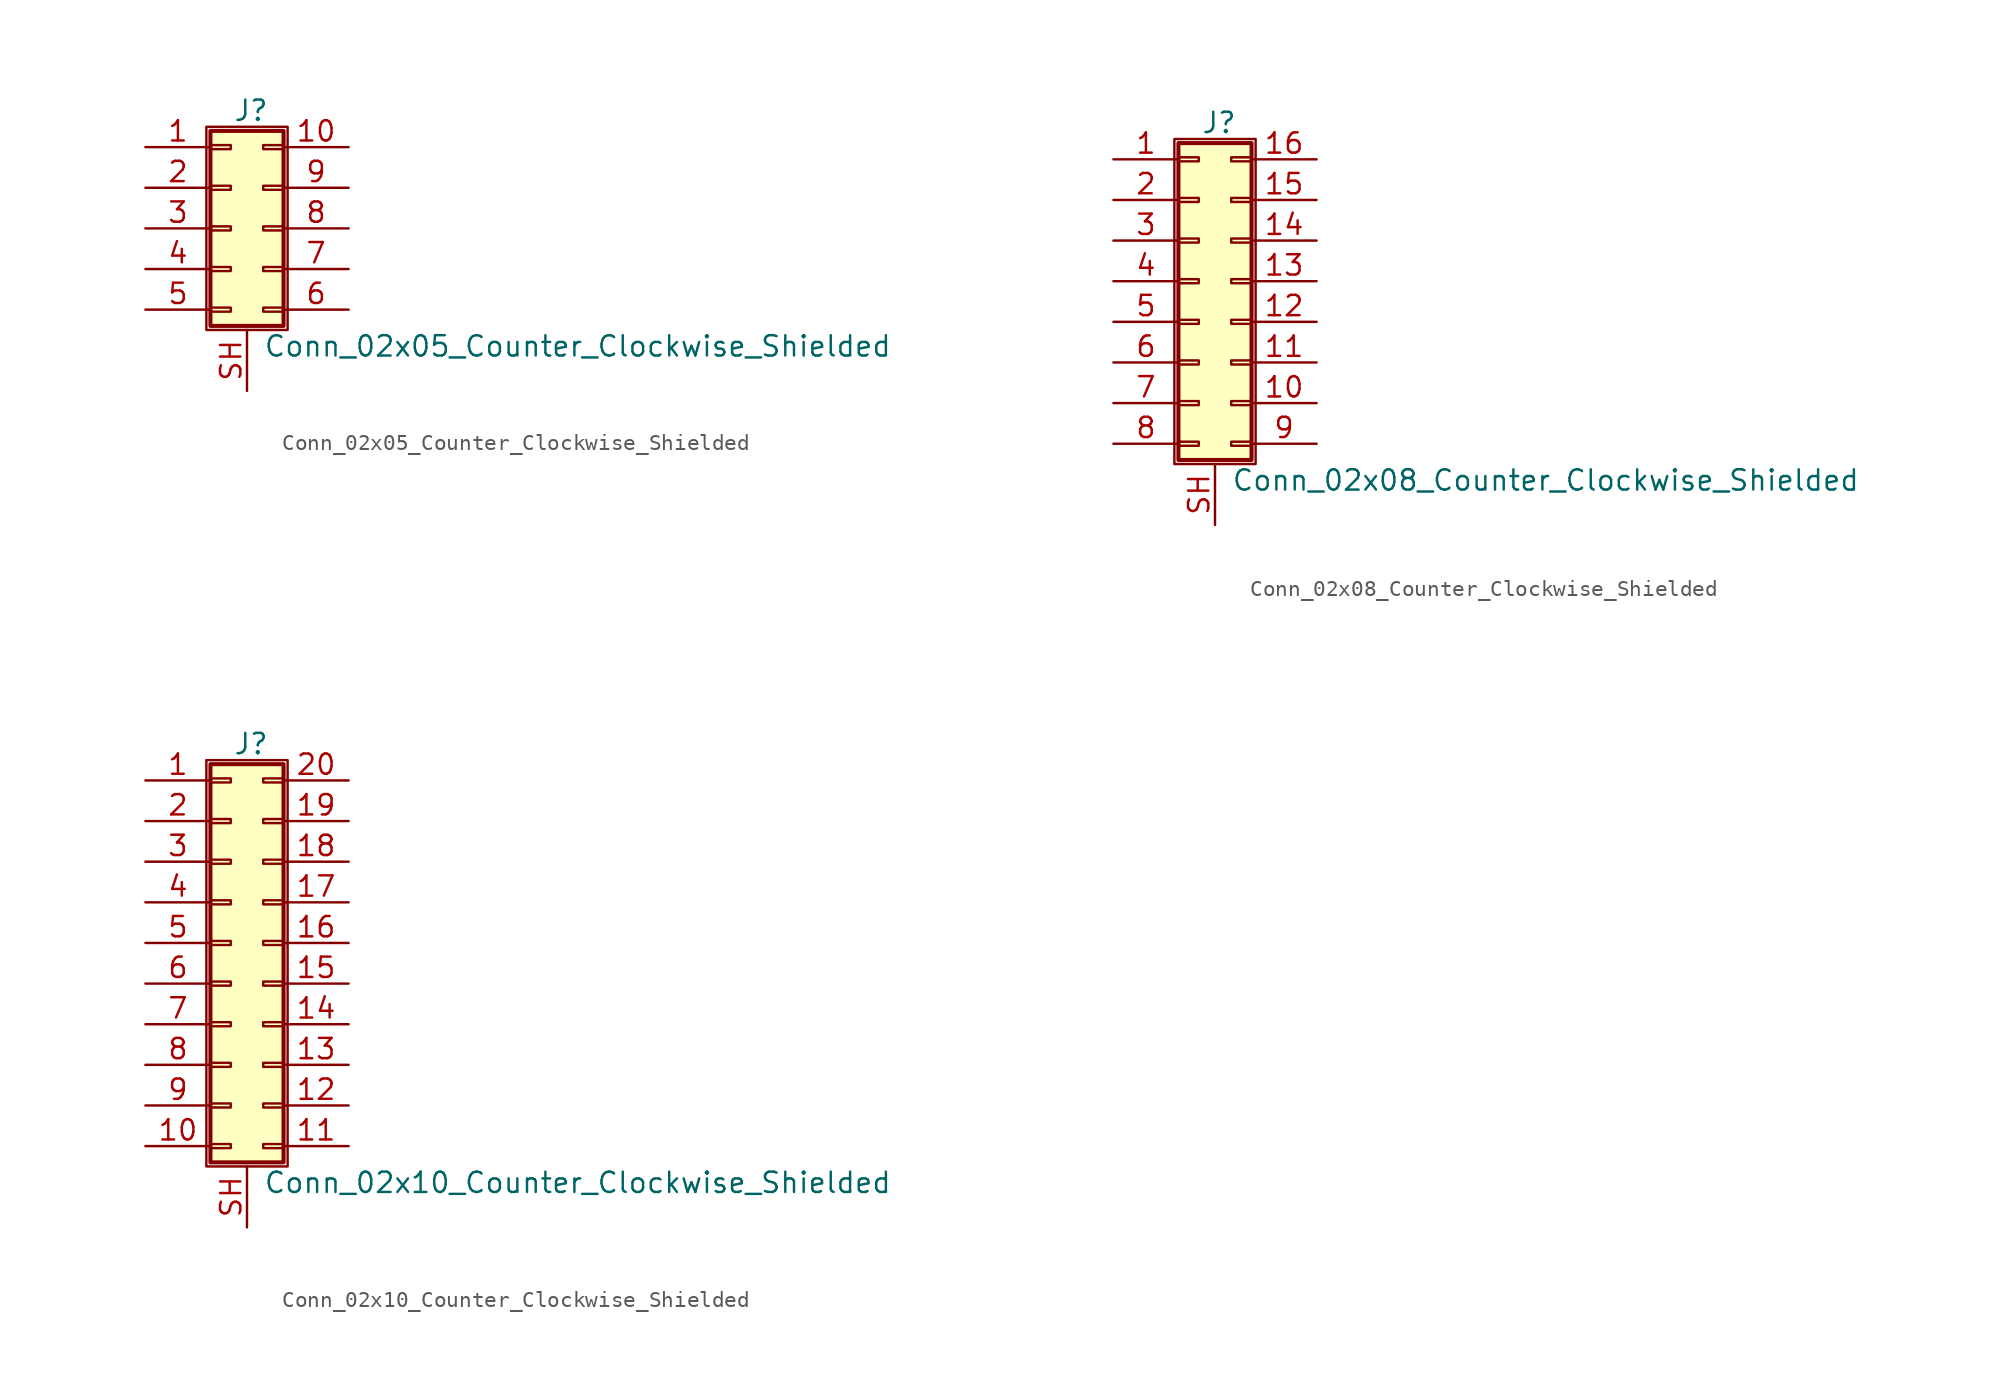
<source format=kicad_sym>
(kicad_symbol_lib
  (version 20211014)
  (generator kicad_symbol_editor)
  (symbol "Conn_02x05_Counter_Clockwise_Shielded"
    (pin_names
      (offset 1.016) hide)
    (property "Reference" "J"
      (at 1.524 7.366 0)
      (effects (font (size 1.27 1.27))))
    (property "Value" "Conn_02x05_Counter_Clockwise_Shielded"
      (at 2.286 -7.366 0)
      (effects (font (size 1.27 1.27)) (justify left)))
    (symbol "Conn_02x05_Counter_Clockwise_Shielded_1_1"
      (rectangle (start -1.27 6.35) (end 3.81 -6.35) (stroke (width 0.152) (type default) (color 0 0 0 0)) (fill (type none)))
      (rectangle (start -1.016 -4.953) (end 0.254 -5.207) (stroke (width 0.152) (type default) (color 0 0 0 0)) (fill (type none)))
      (rectangle (start -1.016 -2.413) (end 0.254 -2.667) (stroke (width 0.152) (type default) (color 0 0 0 0)) (fill (type none)))
      (rectangle (start -1.016 0.127) (end 0.254 -0.127) (stroke (width 0.152) (type default) (color 0 0 0 0)) (fill (type none)))
      (rectangle (start -1.016 2.667) (end 0.254 2.413) (stroke (width 0.152) (type default) (color 0 0 0 0)) (fill (type none)))
      (rectangle (start -1.016 5.207) (end 0.254 4.953) (stroke (width 0.152) (type default) (color 0 0 0 0)) (fill (type none)))
      (rectangle (start -1.016 6.096) (end 3.556 -6.096) (stroke (width 0.254) (type default) (color 0 0 0 0)) (fill (type background)))
      (rectangle (start 3.556 -4.953) (end 2.286 -5.207) (stroke (width 0.152) (type default) (color 0 0 0 0)) (fill (type none)))
      (rectangle (start 3.556 -2.413) (end 2.286 -2.667) (stroke (width 0.152) (type default) (color 0 0 0 0)) (fill (type none)))
      (rectangle (start 3.556 0.127) (end 2.286 -0.127) (stroke (width 0.152) (type default) (color 0 0 0 0)) (fill (type none)))
      (rectangle (start 3.556 2.667) (end 2.286 2.413) (stroke (width 0.152) (type default) (color 0 0 0 0)) (fill (type none)))
      (rectangle (start 3.556 5.207) (end 2.286 4.953) (stroke (width 0.152) (type default) (color 0 0 0 0)) (fill (type none)))
      (pin passive line (at -5.08 5.08 0) (length 4.064) (name "Pin_1" (effects (font (size 1.27 1.27)))) (number "1" (effects (font (size 1.27 1.27)))))
      (pin passive line (at 7.62 5.08 180) (length 4.064) (name "Pin_10" (effects (font (size 1.27 1.27)))) (number "10" (effects (font (size 1.27 1.27)))))
      (pin passive line (at -5.08 2.54 0) (length 4.064) (name "Pin_2" (effects (font (size 1.27 1.27)))) (number "2" (effects (font (size 1.27 1.27)))))
      (pin passive line (at -5.08 0 0) (length 4.064) (name "Pin_3" (effects (font (size 1.27 1.27)))) (number "3" (effects (font (size 1.27 1.27)))))
      (pin passive line (at -5.08 -2.54 0) (length 4.064) (name "Pin_4" (effects (font (size 1.27 1.27)))) (number "4" (effects (font (size 1.27 1.27)))))
      (pin passive line (at -5.08 -5.08 0) (length 4.064) (name "Pin_5" (effects (font (size 1.27 1.27)))) (number "5" (effects (font (size 1.27 1.27)))))
      (pin passive line (at 7.62 -5.08 180) (length 4.064) (name "Pin_6" (effects (font (size 1.27 1.27)))) (number "6" (effects (font (size 1.27 1.27)))))
      (pin passive line (at 7.62 -2.54 180) (length 4.064) (name "Pin_7" (effects (font (size 1.27 1.27)))) (number "7" (effects (font (size 1.27 1.27)))))
      (pin passive line (at 7.62 0 180) (length 4.064) (name "Pin_8" (effects (font (size 1.27 1.27)))) (number "8" (effects (font (size 1.27 1.27)))))
      (pin passive line (at 7.62 2.54 180) (length 4.064) (name "Pin_9" (effects (font (size 1.27 1.27)))) (number "9" (effects (font (size 1.27 1.27)))))
      (pin passive line (at 1.27 -10.16 90) (length 3.81) (name "Shield" (effects (font (size 1.27 1.27)))) (number "SH" (effects (font (size 1.27 1.27)))))))
  (symbol "Conn_02x08_Counter_Clockwise_Shielded"
    (pin_names
      (offset 1.016) hide)
    (property "Reference" "J"
      (at 1.524 9.906 0)
      (effects (font (size 1.27 1.27))))
    (property "Value" "Conn_02x08_Counter_Clockwise_Shielded"
      (at 2.286 -12.446 0)
      (effects (font (size 1.27 1.27)) (justify left)))
    (symbol "Conn_02x08_Counter_Clockwise_Shielded_1_1"
      (rectangle (start -1.27 8.89) (end 3.81 -11.43) (stroke (width 0.152) (type default) (color 0 0 0 0)) (fill (type none)))
      (rectangle (start -1.016 -10.033) (end 0.254 -10.287) (stroke (width 0.152) (type default) (color 0 0 0 0)) (fill (type none)))
      (rectangle (start -1.016 -7.493) (end 0.254 -7.747) (stroke (width 0.152) (type default) (color 0 0 0 0)) (fill (type none)))
      (rectangle (start -1.016 -4.953) (end 0.254 -5.207) (stroke (width 0.152) (type default) (color 0 0 0 0)) (fill (type none)))
      (rectangle (start -1.016 -2.413) (end 0.254 -2.667) (stroke (width 0.152) (type default) (color 0 0 0 0)) (fill (type none)))
      (rectangle (start -1.016 0.127) (end 0.254 -0.127) (stroke (width 0.152) (type default) (color 0 0 0 0)) (fill (type none)))
      (rectangle (start -1.016 2.667) (end 0.254 2.413) (stroke (width 0.152) (type default) (color 0 0 0 0)) (fill (type none)))
      (rectangle (start -1.016 5.207) (end 0.254 4.953) (stroke (width 0.152) (type default) (color 0 0 0 0)) (fill (type none)))
      (rectangle (start -1.016 7.747) (end 0.254 7.493) (stroke (width 0.152) (type default) (color 0 0 0 0)) (fill (type none)))
      (rectangle (start -1.016 8.636) (end 3.556 -11.176) (stroke (width 0.254) (type default) (color 0 0 0 0)) (fill (type background)))
      (rectangle (start 3.556 -10.033) (end 2.286 -10.287) (stroke (width 0.152) (type default) (color 0 0 0 0)) (fill (type none)))
      (rectangle (start 3.556 -7.493) (end 2.286 -7.747) (stroke (width 0.152) (type default) (color 0 0 0 0)) (fill (type none)))
      (rectangle (start 3.556 -4.953) (end 2.286 -5.207) (stroke (width 0.152) (type default) (color 0 0 0 0)) (fill (type none)))
      (rectangle (start 3.556 -2.413) (end 2.286 -2.667) (stroke (width 0.152) (type default) (color 0 0 0 0)) (fill (type none)))
      (rectangle (start 3.556 0.127) (end 2.286 -0.127) (stroke (width 0.152) (type default) (color 0 0 0 0)) (fill (type none)))
      (rectangle (start 3.556 2.667) (end 2.286 2.413) (stroke (width 0.152) (type default) (color 0 0 0 0)) (fill (type none)))
      (rectangle (start 3.556 5.207) (end 2.286 4.953) (stroke (width 0.152) (type default) (color 0 0 0 0)) (fill (type none)))
      (rectangle (start 3.556 7.747) (end 2.286 7.493) (stroke (width 0.152) (type default) (color 0 0 0 0)) (fill (type none)))
      (pin passive line (at -5.08 7.62 0) (length 4.064) (name "Pin_1" (effects (font (size 1.27 1.27)))) (number "1" (effects (font (size 1.27 1.27)))))
      (pin passive line (at 7.62 -7.62 180) (length 4.064) (name "Pin_10" (effects (font (size 1.27 1.27)))) (number "10" (effects (font (size 1.27 1.27)))))
      (pin passive line (at 7.62 -5.08 180) (length 4.064) (name "Pin_11" (effects (font (size 1.27 1.27)))) (number "11" (effects (font (size 1.27 1.27)))))
      (pin passive line (at 7.62 -2.54 180) (length 4.064) (name "Pin_12" (effects (font (size 1.27 1.27)))) (number "12" (effects (font (size 1.27 1.27)))))
      (pin passive line (at 7.62 0 180) (length 4.064) (name "Pin_13" (effects (font (size 1.27 1.27)))) (number "13" (effects (font (size 1.27 1.27)))))
      (pin passive line (at 7.62 2.54 180) (length 4.064) (name "Pin_14" (effects (font (size 1.27 1.27)))) (number "14" (effects (font (size 1.27 1.27)))))
      (pin passive line (at 7.62 5.08 180) (length 4.064) (name "Pin_15" (effects (font (size 1.27 1.27)))) (number "15" (effects (font (size 1.27 1.27)))))
      (pin passive line (at 7.62 7.62 180) (length 4.064) (name "Pin_16" (effects (font (size 1.27 1.27)))) (number "16" (effects (font (size 1.27 1.27)))))
      (pin passive line (at -5.08 5.08 0) (length 4.064) (name "Pin_2" (effects (font (size 1.27 1.27)))) (number "2" (effects (font (size 1.27 1.27)))))
      (pin passive line (at -5.08 2.54 0) (length 4.064) (name "Pin_3" (effects (font (size 1.27 1.27)))) (number "3" (effects (font (size 1.27 1.27)))))
      (pin passive line (at -5.08 0 0) (length 4.064) (name "Pin_4" (effects (font (size 1.27 1.27)))) (number "4" (effects (font (size 1.27 1.27)))))
      (pin passive line (at -5.08 -2.54 0) (length 4.064) (name "Pin_5" (effects (font (size 1.27 1.27)))) (number "5" (effects (font (size 1.27 1.27)))))
      (pin passive line (at -5.08 -5.08 0) (length 4.064) (name "Pin_6" (effects (font (size 1.27 1.27)))) (number "6" (effects (font (size 1.27 1.27)))))
      (pin passive line (at -5.08 -7.62 0) (length 4.064) (name "Pin_7" (effects (font (size 1.27 1.27)))) (number "7" (effects (font (size 1.27 1.27)))))
      (pin passive line (at -5.08 -10.16 0) (length 4.064) (name "Pin_8" (effects (font (size 1.27 1.27)))) (number "8" (effects (font (size 1.27 1.27)))))
      (pin passive line (at 7.62 -10.16 180) (length 4.064) (name "Pin_9" (effects (font (size 1.27 1.27)))) (number "9" (effects (font (size 1.27 1.27)))))
      (pin passive line (at 1.27 -15.24 90) (length 3.81) (name "Shield" (effects (font (size 1.27 1.27)))) (number "SH" (effects (font (size 1.27 1.27)))))))
  (symbol "Conn_02x10_Counter_Clockwise_Shielded"
    (pin_names
      (offset 1.016) hide)
    (property "Reference" "J"
      (at 1.524 12.446 0)
      (effects (font (size 1.27 1.27))))
    (property "Value" "Conn_02x10_Counter_Clockwise_Shielded"
      (at 2.286 -14.986 0)
      (effects (font (size 1.27 1.27)) (justify left)))
    (symbol "Conn_02x10_Counter_Clockwise_Shielded_1_1"
      (rectangle (start -1.27 11.43) (end 3.81 -13.97) (stroke (width 0.152) (type default) (color 0 0 0 0)) (fill (type none)))
      (rectangle (start -1.016 -12.573) (end 0.254 -12.827) (stroke (width 0.152) (type default) (color 0 0 0 0)) (fill (type none)))
      (rectangle (start -1.016 -10.033) (end 0.254 -10.287) (stroke (width 0.152) (type default) (color 0 0 0 0)) (fill (type none)))
      (rectangle (start -1.016 -7.493) (end 0.254 -7.747) (stroke (width 0.152) (type default) (color 0 0 0 0)) (fill (type none)))
      (rectangle (start -1.016 -4.953) (end 0.254 -5.207) (stroke (width 0.152) (type default) (color 0 0 0 0)) (fill (type none)))
      (rectangle (start -1.016 -2.413) (end 0.254 -2.667) (stroke (width 0.152) (type default) (color 0 0 0 0)) (fill (type none)))
      (rectangle (start -1.016 0.127) (end 0.254 -0.127) (stroke (width 0.152) (type default) (color 0 0 0 0)) (fill (type none)))
      (rectangle (start -1.016 2.667) (end 0.254 2.413) (stroke (width 0.152) (type default) (color 0 0 0 0)) (fill (type none)))
      (rectangle (start -1.016 5.207) (end 0.254 4.953) (stroke (width 0.152) (type default) (color 0 0 0 0)) (fill (type none)))
      (rectangle (start -1.016 7.747) (end 0.254 7.493) (stroke (width 0.152) (type default) (color 0 0 0 0)) (fill (type none)))
      (rectangle (start -1.016 10.287) (end 0.254 10.033) (stroke (width 0.152) (type default) (color 0 0 0 0)) (fill (type none)))
      (rectangle (start -1.016 11.176) (end 3.556 -13.716) (stroke (width 0.254) (type default) (color 0 0 0 0)) (fill (type background)))
      (rectangle (start 3.556 -12.573) (end 2.286 -12.827) (stroke (width 0.152) (type default) (color 0 0 0 0)) (fill (type none)))
      (rectangle (start 3.556 -10.033) (end 2.286 -10.287) (stroke (width 0.152) (type default) (color 0 0 0 0)) (fill (type none)))
      (rectangle (start 3.556 -7.493) (end 2.286 -7.747) (stroke (width 0.152) (type default) (color 0 0 0 0)) (fill (type none)))
      (rectangle (start 3.556 -4.953) (end 2.286 -5.207) (stroke (width 0.152) (type default) (color 0 0 0 0)) (fill (type none)))
      (rectangle (start 3.556 -2.413) (end 2.286 -2.667) (stroke (width 0.152) (type default) (color 0 0 0 0)) (fill (type none)))
      (rectangle (start 3.556 0.127) (end 2.286 -0.127) (stroke (width 0.152) (type default) (color 0 0 0 0)) (fill (type none)))
      (rectangle (start 3.556 2.667) (end 2.286 2.413) (stroke (width 0.152) (type default) (color 0 0 0 0)) (fill (type none)))
      (rectangle (start 3.556 5.207) (end 2.286 4.953) (stroke (width 0.152) (type default) (color 0 0 0 0)) (fill (type none)))
      (rectangle (start 3.556 7.747) (end 2.286 7.493) (stroke (width 0.152) (type default) (color 0 0 0 0)) (fill (type none)))
      (rectangle (start 3.556 10.287) (end 2.286 10.033) (stroke (width 0.152) (type default) (color 0 0 0 0)) (fill (type none)))
      (pin passive line (at -5.08 10.16 0) (length 4.064) (name "Pin_1" (effects (font (size 1.27 1.27)))) (number "1" (effects (font (size 1.27 1.27)))))
      (pin passive line (at -5.08 -12.7 0) (length 4.064) (name "Pin_10" (effects (font (size 1.27 1.27)))) (number "10" (effects (font (size 1.27 1.27)))))
      (pin passive line (at 7.62 -12.7 180) (length 4.064) (name "Pin_11" (effects (font (size 1.27 1.27)))) (number "11" (effects (font (size 1.27 1.27)))))
      (pin passive line (at 7.62 -10.16 180) (length 4.064) (name "Pin_12" (effects (font (size 1.27 1.27)))) (number "12" (effects (font (size 1.27 1.27)))))
      (pin passive line (at 7.62 -7.62 180) (length 4.064) (name "Pin_13" (effects (font (size 1.27 1.27)))) (number "13" (effects (font (size 1.27 1.27)))))
      (pin passive line (at 7.62 -5.08 180) (length 4.064) (name "Pin_14" (effects (font (size 1.27 1.27)))) (number "14" (effects (font (size 1.27 1.27)))))
      (pin passive line (at 7.62 -2.54 180) (length 4.064) (name "Pin_15" (effects (font (size 1.27 1.27)))) (number "15" (effects (font (size 1.27 1.27)))))
      (pin passive line (at 7.62 0 180) (length 4.064) (name "Pin_16" (effects (font (size 1.27 1.27)))) (number "16" (effects (font (size 1.27 1.27)))))
      (pin passive line (at 7.62 2.54 180) (length 4.064) (name "Pin_17" (effects (font (size 1.27 1.27)))) (number "17" (effects (font (size 1.27 1.27)))))
      (pin passive line (at 7.62 5.08 180) (length 4.064) (name "Pin_18" (effects (font (size 1.27 1.27)))) (number "18" (effects (font (size 1.27 1.27)))))
      (pin passive line (at 7.62 7.62 180) (length 4.064) (name "Pin_19" (effects (font (size 1.27 1.27)))) (number "19" (effects (font (size 1.27 1.27)))))
      (pin passive line (at -5.08 7.62 0) (length 4.064) (name "Pin_2" (effects (font (size 1.27 1.27)))) (number "2" (effects (font (size 1.27 1.27)))))
      (pin passive line (at 7.62 10.16 180) (length 4.064) (name "Pin_20" (effects (font (size 1.27 1.27)))) (number "20" (effects (font (size 1.27 1.27)))))
      (pin passive line (at -5.08 5.08 0) (length 4.064) (name "Pin_3" (effects (font (size 1.27 1.27)))) (number "3" (effects (font (size 1.27 1.27)))))
      (pin passive line (at -5.08 2.54 0) (length 4.064) (name "Pin_4" (effects (font (size 1.27 1.27)))) (number "4" (effects (font (size 1.27 1.27)))))
      (pin passive line (at -5.08 0 0) (length 4.064) (name "Pin_5" (effects (font (size 1.27 1.27)))) (number "5" (effects (font (size 1.27 1.27)))))
      (pin passive line (at -5.08 -2.54 0) (length 4.064) (name "Pin_6" (effects (font (size 1.27 1.27)))) (number "6" (effects (font (size 1.27 1.27)))))
      (pin passive line (at -5.08 -5.08 0) (length 4.064) (name "Pin_7" (effects (font (size 1.27 1.27)))) (number "7" (effects (font (size 1.27 1.27)))))
      (pin passive line (at -5.08 -7.62 0) (length 4.064) (name "Pin_8" (effects (font (size 1.27 1.27)))) (number "8" (effects (font (size 1.27 1.27)))))
      (pin passive line (at -5.08 -10.16 0) (length 4.064) (name "Pin_9" (effects (font (size 1.27 1.27)))) (number "9" (effects (font (size 1.27 1.27)))))
      (pin passive line (at 1.27 -17.78 90) (length 3.81) (name "Shield" (effects (font (size 1.27 1.27)))) (number "SH" (effects (font (size 1.27 1.27))))))))
</source>
